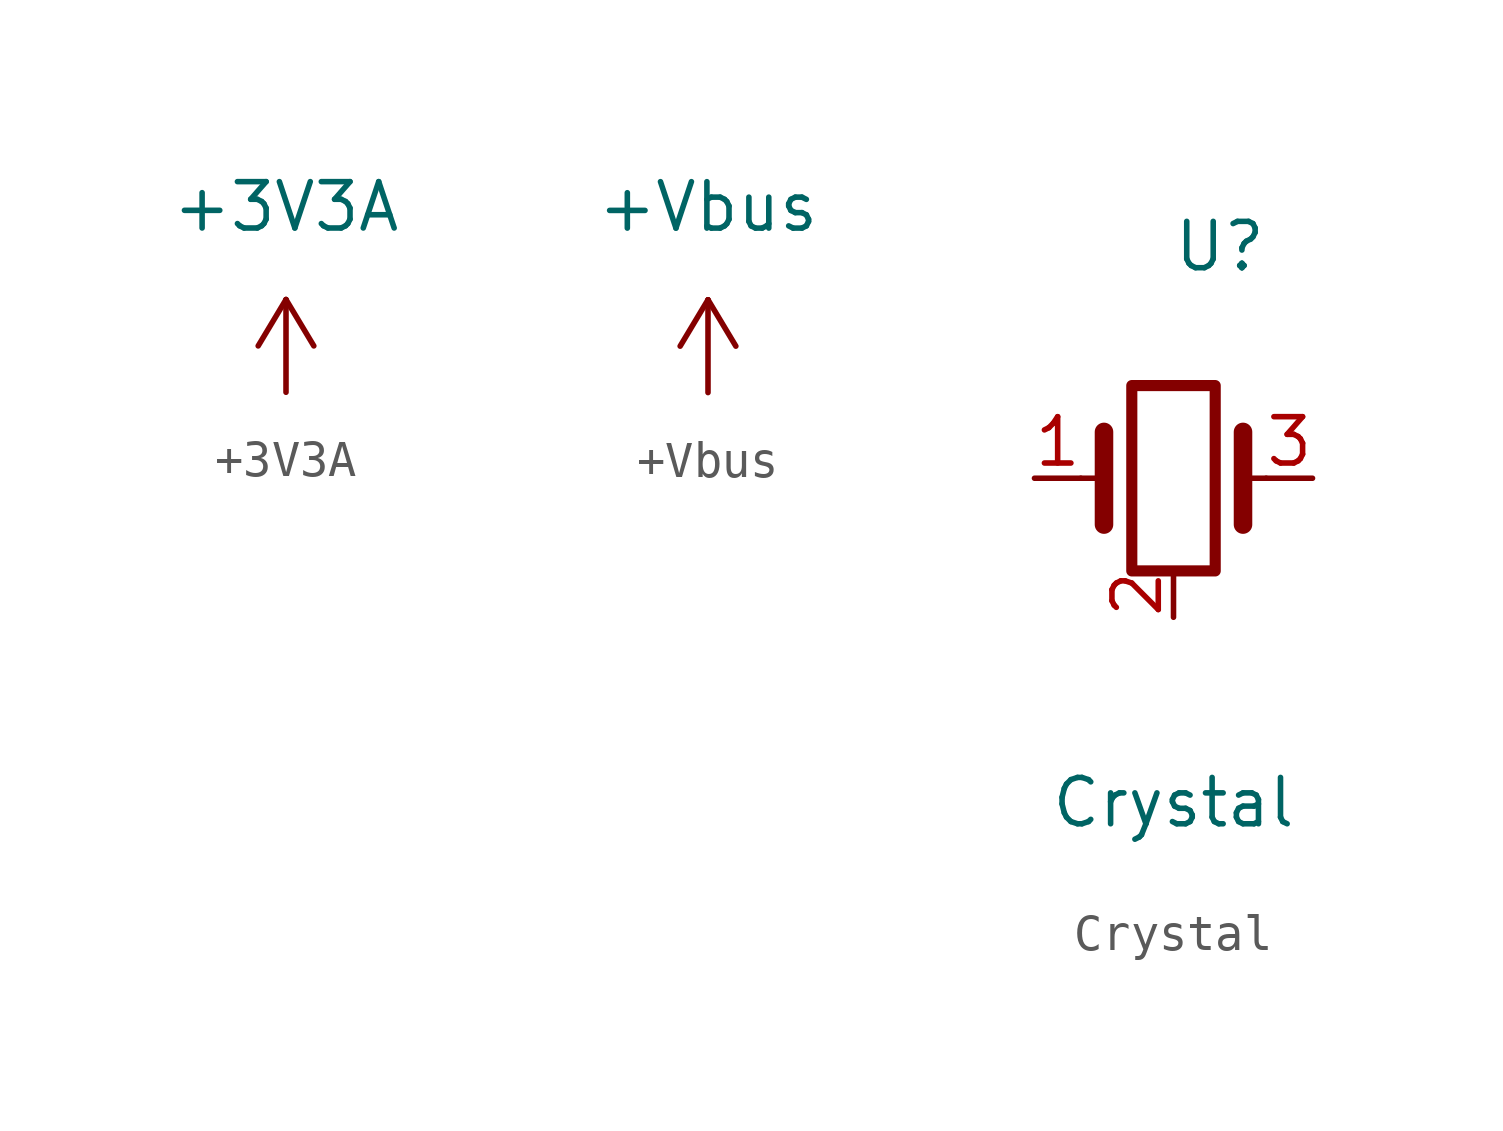
<source format=kicad_sym>
(kicad_symbol_lib
  (version 20211014)
  (generator kicad_symbol_editor)
  (symbol "+3V3A"
    (power)
    (property "Reference" "U"
      (at 2.54 1.27 0)
      (effects (font (size 1.27 1.27)) hide))
    (property "Value" "+3V3A"
      (at 0 5.08 0)
      (effects (font (size 1.27 1.27))))
    (symbol "+3V3A_0_1"
      (polyline (pts (xy 0 0) (xy 0 2.54)) (stroke (width 0) (type default) (color 0 0 0 0)) (fill (type none)))
      (polyline (pts (xy 0 2.54) (xy -0.762 1.27)) (stroke (width 0) (type default) (color 0 0 0 0)) (fill (type none)))
      (polyline (pts (xy 0 2.54) (xy 0.762 1.27)) (stroke (width 0) (type default) (color 0 0 0 0)) (fill (type none))))
    (symbol "+3V3A_1_1"
      (pin power_out line (at 0 0 90) (length 0) hide (name "+3V3A" (effects (font (size 1.27 1.27)))) (number "" (effects (font (size 1.27 1.27)))))))
  (symbol "+Vbus"
    (power)
    (property "Reference" "U"
      (at 2.54 1.27 0)
      (effects (font (size 1.27 1.27)) hide))
    (property "Value" "+Vbus"
      (at 0 5.08 0)
      (effects (font (size 1.27 1.27))))
    (symbol "+Vbus_0_1"
      (polyline (pts (xy 0 0) (xy 0 2.54)) (stroke (width 0) (type default) (color 0 0 0 0)) (fill (type none)))
      (polyline (pts (xy 0 2.54) (xy -0.762 1.27)) (stroke (width 0) (type default) (color 0 0 0 0)) (fill (type none)))
      (polyline (pts (xy 0 2.54) (xy 0.762 1.27)) (stroke (width 0) (type default) (color 0 0 0 0)) (fill (type none))))
    (symbol "+Vbus_1_1"
      (pin power_in line (at 0 0 90) (length 0) hide (name "+Vbus" (effects (font (size 1.27 1.27)))) (number "" (effects (font (size 1.27 1.27)))))))
  (symbol "Crystal"
    (property "Reference" "U"
      (at 1.27 6.35 0)
      (effects (font (size 1.27 1.27))))
    (property "Value" "Crystal"
      (at 0 -8.89 0)
      (effects (font (size 1.27 1.27))))
    (symbol "Crystal_0_1"
      (rectangle (start -1.143 2.54) (end 1.143 -2.54) (stroke (width 0.305) (type default) (color 0 0 0 0)) (fill (type none)))
      (polyline (pts (xy -2.54 0) (xy -1.905 0)) (stroke (width 0) (type default) (color 0 0 0 0)) (fill (type none)))
      (polyline (pts (xy -1.905 -1.27) (xy -1.905 1.27)) (stroke (width 0.508) (type default) (color 0 0 0 0)) (fill (type none)))
      (polyline (pts (xy 1.905 -1.27) (xy 1.905 1.27)) (stroke (width 0.508) (type default) (color 0 0 0 0)) (fill (type none)))
      (polyline (pts (xy 2.54 0) (xy 1.905 0)) (stroke (width 0) (type default) (color 0 0 0 0)) (fill (type none))))
    (symbol "Crystal_1_1"
      (pin passive line (at -3.81 0 0) (length 1.27) (name "" (effects (font (size 1.27 1.27)))) (number "1" (effects (font (size 1.27 1.27)))))
      (pin passive line (at 0 -3.81 90) (length 1.27) (name "" (effects (font (size 1.27 1.27)))) (number "2" (effects (font (size 1.27 1.27)))))
      (pin passive line (at 3.81 0 180) (length 1.27) (name "" (effects (font (size 1.27 1.27)))) (number "3" (effects (font (size 1.27 1.27)))))
      (pin passive line (at 0 -3.81 90) (length 1.27) hide (name "" (effects (font (size 1.27 1.27)))) (number "4" (effects (font (size 1.27 1.27))))))))
</source>
